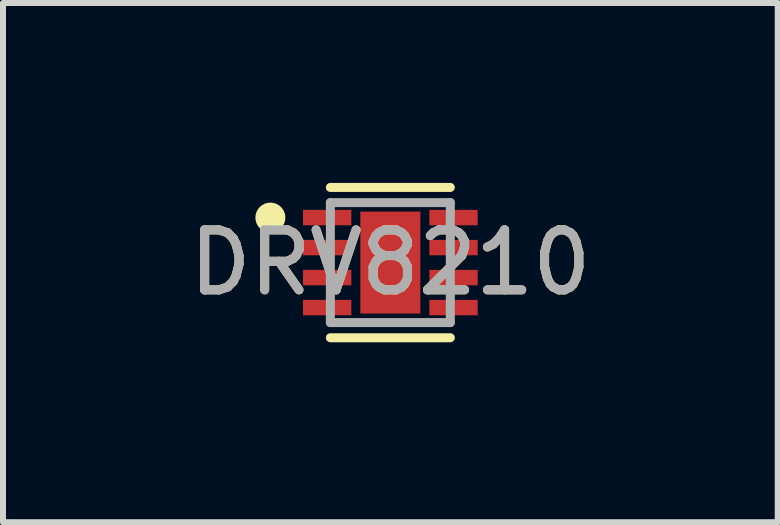
<source format=kicad_pcb>
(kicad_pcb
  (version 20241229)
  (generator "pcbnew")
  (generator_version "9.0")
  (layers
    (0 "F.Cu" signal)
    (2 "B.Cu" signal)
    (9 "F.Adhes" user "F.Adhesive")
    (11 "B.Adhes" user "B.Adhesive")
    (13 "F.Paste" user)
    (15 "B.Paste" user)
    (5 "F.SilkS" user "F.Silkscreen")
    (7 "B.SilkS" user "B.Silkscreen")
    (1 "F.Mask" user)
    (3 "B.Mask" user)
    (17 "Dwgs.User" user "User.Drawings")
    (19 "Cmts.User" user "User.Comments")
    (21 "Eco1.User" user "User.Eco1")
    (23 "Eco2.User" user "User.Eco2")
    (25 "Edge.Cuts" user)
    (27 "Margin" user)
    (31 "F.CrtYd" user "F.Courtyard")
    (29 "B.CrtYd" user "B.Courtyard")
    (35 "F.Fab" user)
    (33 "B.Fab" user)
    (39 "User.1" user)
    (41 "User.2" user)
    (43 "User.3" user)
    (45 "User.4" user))
  (footprint "DRV8210"
    (layer "F.Cu")
    (at 3.458 1.328)
    (property "Reference" "DRV8210" (at 0 0 0) (unlocked yes) (layer "F.SilkS") (effects (font (size 1 1) (thickness 0.15))))
    (attr smd)
    (fp_line (start -1 -1.253) (end 1 -1.253) (stroke (width 0.15) (type solid)) (layer "F.SilkS"))
    (fp_line (start -1 1.253) (end 1 1.253) (stroke (width 0.15) (type solid)) (layer "F.SilkS"))
    (fp_circle (center -2 -0.75) (end -1.875 -0.75) (stroke (width 0.25) (type solid)) (fill no) (layer "F.SilkS"))
    (fp_poly (pts (xy -0.273 0.623) (xy 0.273 0.623) (xy 0.273 -0.623) (xy -0.273 -0.623)) (stroke (width 0) (type solid)) (fill yes) (layer "F.Paste"))
    (fp_line (start -1 -1) (end 1 -1) (stroke (width 0.15) (type solid)) (layer "F.Fab"))
    (fp_line (start -1 1) (end -1 -1) (stroke (width 0.15) (type solid)) (layer "F.Fab"))
    (fp_line (start -1 1) (end 1 1) (stroke (width 0.15) (type solid)) (layer "F.Fab"))
    (fp_line (start 1 1) (end 1 -1) (stroke (width 0.15) (type solid)) (layer "F.Fab"))
    (fp_text user "${REFERENCE}" (at 0 0 0) (unlocked yes) (layer "F.Fab") (effects (font (size 1 1) (thickness 0.15))))
    (pad "1" smd rect (at -1.053 -0.75) (size 0.806 0.257) (layers "F.Cu" "F.Mask" "F.Paste"))
    (pad "2" smd rect (at -1.053 -0.25) (size 0.806 0.257) (layers "F.Cu" "F.Mask" "F.Paste"))
    (pad "3" smd rect (at -1.053 0.25) (size 0.806 0.257) (layers "F.Cu" "F.Mask" "F.Paste"))
    (pad "4" smd rect (at -1.053 0.75) (size 0.806 0.257) (layers "F.Cu" "F.Mask" "F.Paste"))
    (pad "5" smd rect (at 1.053 0.75) (size 0.806 0.257) (layers "F.Cu" "F.Mask" "F.Paste"))
    (pad "6" smd rect (at 1.053 0.25) (size 0.806 0.257) (layers "F.Cu" "F.Mask" "F.Paste"))
    (pad "7" smd rect (at 1.053 -0.25) (size 0.806 0.257) (layers "F.Cu" "F.Mask" "F.Paste"))
    (pad "8" smd rect (at 1.053 -0.75) (size 0.806 0.257) (layers "F.Cu" "F.Mask" "F.Paste"))
    (pad "9" smd rect (at 0 0) (size 1 1.7) (layers "F.Cu" "F.Mask")))
  (gr_rect
    (start -3 -3)
    (end 9.917 5.657)
    (stroke (width 0.1) (type default))
    (fill no)
    (layer "Edge.Cuts")))
</source>
